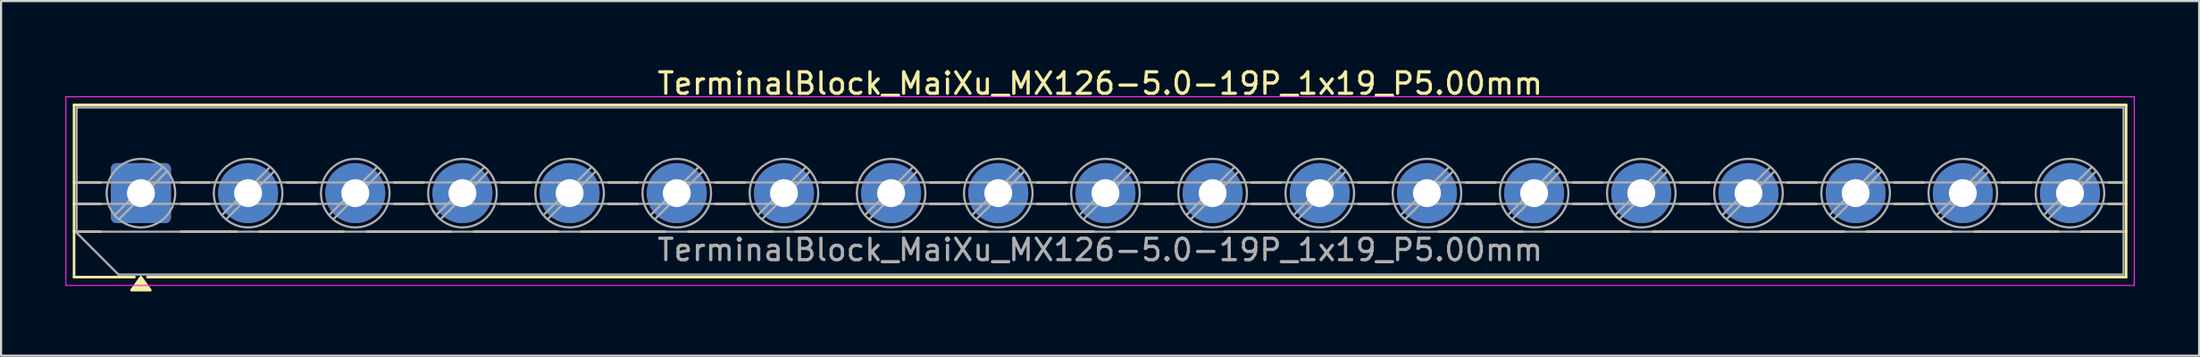
<source format=kicad_pcb>
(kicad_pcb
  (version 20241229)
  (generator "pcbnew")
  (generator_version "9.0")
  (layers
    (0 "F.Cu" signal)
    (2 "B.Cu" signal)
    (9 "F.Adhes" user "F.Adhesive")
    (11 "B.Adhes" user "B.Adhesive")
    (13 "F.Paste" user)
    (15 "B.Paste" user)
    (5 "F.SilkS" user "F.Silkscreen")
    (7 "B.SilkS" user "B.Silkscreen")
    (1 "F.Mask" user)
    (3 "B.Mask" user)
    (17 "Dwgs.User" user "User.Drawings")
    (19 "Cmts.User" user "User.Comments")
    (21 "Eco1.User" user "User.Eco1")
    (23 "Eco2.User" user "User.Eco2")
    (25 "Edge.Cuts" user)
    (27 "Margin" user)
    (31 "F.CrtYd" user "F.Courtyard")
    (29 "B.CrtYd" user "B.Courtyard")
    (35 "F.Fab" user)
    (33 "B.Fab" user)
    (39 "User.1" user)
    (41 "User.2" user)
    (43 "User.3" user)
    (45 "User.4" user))
  (footprint "TerminalBlock_MaiXu_MX126-5.0-19P_1x19_P5.00mm"
    (layer "F.Cu")
    (at 3.525 5.968)
    (property "Reference" "TerminalBlock_MaiXu_MX126-5.0-19P_1x19_P5.00mm" (at 44.75 -5.12 0) (layer "F.SilkS") (effects (font (size 1 1) (thickness 0.15))))
    (attr through_hole)
    (fp_line (start -3.12 -4.12) (end -3.12 3.92) (stroke (width 0.12) (type solid)) (layer "F.SilkS"))
    (fp_line (start -3.12 -4.12) (end 92.62 -4.12) (stroke (width 0.12) (type solid)) (layer "F.SilkS"))
    (fp_line (start -3.12 -0.5) (end -1.88 -0.5) (stroke (width 0.12) (type solid)) (layer "F.SilkS"))
    (fp_line (start -3.12 0.5) (end -1.88 0.5) (stroke (width 0.12) (type solid)) (layer "F.SilkS"))
    (fp_line (start -3.12 1.8) (end -1.88 1.8) (stroke (width 0.12) (type solid)) (layer "F.SilkS"))
    (fp_line (start -3.12 3.92) (end -0.3 3.92) (stroke (width 0.12) (type solid)) (layer "F.SilkS"))
    (fp_line (start 0.3 3.92) (end 92.62 3.92) (stroke (width 0.12) (type solid)) (layer "F.SilkS"))
    (fp_line (start 1.88 -0.5) (end 3.188 -0.5) (stroke (width 0.12) (type solid)) (layer "F.SilkS"))
    (fp_line (start 1.88 0.5) (end 3.188 0.5) (stroke (width 0.12) (type solid)) (layer "F.SilkS"))
    (fp_line (start 1.88 1.8) (end 4.457 1.8) (stroke (width 0.12) (type solid)) (layer "F.SilkS"))
    (fp_line (start 5.543 1.8) (end 9.457 1.8) (stroke (width 0.12) (type solid)) (layer "F.SilkS"))
    (fp_line (start 6.812 -0.5) (end 8.188 -0.5) (stroke (width 0.12) (type solid)) (layer "F.SilkS"))
    (fp_line (start 6.812 0.5) (end 8.188 0.5) (stroke (width 0.12) (type solid)) (layer "F.SilkS"))
    (fp_line (start 10.543 1.8) (end 14.457 1.8) (stroke (width 0.12) (type solid)) (layer "F.SilkS"))
    (fp_line (start 11.812 -0.5) (end 13.188 -0.5) (stroke (width 0.12) (type solid)) (layer "F.SilkS"))
    (fp_line (start 11.812 0.5) (end 13.188 0.5) (stroke (width 0.12) (type solid)) (layer "F.SilkS"))
    (fp_line (start 15.543 1.8) (end 19.457 1.8) (stroke (width 0.12) (type solid)) (layer "F.SilkS"))
    (fp_line (start 16.812 -0.5) (end 18.188 -0.5) (stroke (width 0.12) (type solid)) (layer "F.SilkS"))
    (fp_line (start 16.812 0.5) (end 18.188 0.5) (stroke (width 0.12) (type solid)) (layer "F.SilkS"))
    (fp_line (start 20.543 1.8) (end 24.457 1.8) (stroke (width 0.12) (type solid)) (layer "F.SilkS"))
    (fp_line (start 21.812 -0.5) (end 23.188 -0.5) (stroke (width 0.12) (type solid)) (layer "F.SilkS"))
    (fp_line (start 21.812 0.5) (end 23.188 0.5) (stroke (width 0.12) (type solid)) (layer "F.SilkS"))
    (fp_line (start 25.543 1.8) (end 29.457 1.8) (stroke (width 0.12) (type solid)) (layer "F.SilkS"))
    (fp_line (start 26.812 -0.5) (end 28.188 -0.5) (stroke (width 0.12) (type solid)) (layer "F.SilkS"))
    (fp_line (start 26.812 0.5) (end 28.188 0.5) (stroke (width 0.12) (type solid)) (layer "F.SilkS"))
    (fp_line (start 30.543 1.8) (end 34.457 1.8) (stroke (width 0.12) (type solid)) (layer "F.SilkS"))
    (fp_line (start 31.812 -0.5) (end 33.188 -0.5) (stroke (width 0.12) (type solid)) (layer "F.SilkS"))
    (fp_line (start 31.812 0.5) (end 33.188 0.5) (stroke (width 0.12) (type solid)) (layer "F.SilkS"))
    (fp_line (start 35.543 1.8) (end 39.457 1.8) (stroke (width 0.12) (type solid)) (layer "F.SilkS"))
    (fp_line (start 36.812 -0.5) (end 38.188 -0.5) (stroke (width 0.12) (type solid)) (layer "F.SilkS"))
    (fp_line (start 36.812 0.5) (end 38.188 0.5) (stroke (width 0.12) (type solid)) (layer "F.SilkS"))
    (fp_line (start 40.543 1.8) (end 44.457 1.8) (stroke (width 0.12) (type solid)) (layer "F.SilkS"))
    (fp_line (start 41.812 -0.5) (end 43.188 -0.5) (stroke (width 0.12) (type solid)) (layer "F.SilkS"))
    (fp_line (start 41.812 0.5) (end 43.188 0.5) (stroke (width 0.12) (type solid)) (layer "F.SilkS"))
    (fp_line (start 45.543 1.8) (end 49.457 1.8) (stroke (width 0.12) (type solid)) (layer "F.SilkS"))
    (fp_line (start 46.812 -0.5) (end 48.188 -0.5) (stroke (width 0.12) (type solid)) (layer "F.SilkS"))
    (fp_line (start 46.812 0.5) (end 48.188 0.5) (stroke (width 0.12) (type solid)) (layer "F.SilkS"))
    (fp_line (start 50.543 1.8) (end 54.457 1.8) (stroke (width 0.12) (type solid)) (layer "F.SilkS"))
    (fp_line (start 51.812 -0.5) (end 53.188 -0.5) (stroke (width 0.12) (type solid)) (layer "F.SilkS"))
    (fp_line (start 51.812 0.5) (end 53.188 0.5) (stroke (width 0.12) (type solid)) (layer "F.SilkS"))
    (fp_line (start 55.543 1.8) (end 59.457 1.8) (stroke (width 0.12) (type solid)) (layer "F.SilkS"))
    (fp_line (start 56.812 -0.5) (end 58.188 -0.5) (stroke (width 0.12) (type solid)) (layer "F.SilkS"))
    (fp_line (start 56.812 0.5) (end 58.188 0.5) (stroke (width 0.12) (type solid)) (layer "F.SilkS"))
    (fp_line (start 60.543 1.8) (end 64.457 1.8) (stroke (width 0.12) (type solid)) (layer "F.SilkS"))
    (fp_line (start 61.812 -0.5) (end 63.188 -0.5) (stroke (width 0.12) (type solid)) (layer "F.SilkS"))
    (fp_line (start 61.812 0.5) (end 63.188 0.5) (stroke (width 0.12) (type solid)) (layer "F.SilkS"))
    (fp_line (start 65.543 1.8) (end 69.457 1.8) (stroke (width 0.12) (type solid)) (layer "F.SilkS"))
    (fp_line (start 66.812 -0.5) (end 68.188 -0.5) (stroke (width 0.12) (type solid)) (layer "F.SilkS"))
    (fp_line (start 66.812 0.5) (end 68.188 0.5) (stroke (width 0.12) (type solid)) (layer "F.SilkS"))
    (fp_line (start 70.543 1.8) (end 74.457 1.8) (stroke (width 0.12) (type solid)) (layer "F.SilkS"))
    (fp_line (start 71.812 -0.5) (end 73.188 -0.5) (stroke (width 0.12) (type solid)) (layer "F.SilkS"))
    (fp_line (start 71.812 0.5) (end 73.188 0.5) (stroke (width 0.12) (type solid)) (layer "F.SilkS"))
    (fp_line (start 75.543 1.8) (end 79.457 1.8) (stroke (width 0.12) (type solid)) (layer "F.SilkS"))
    (fp_line (start 76.812 -0.5) (end 78.188 -0.5) (stroke (width 0.12) (type solid)) (layer "F.SilkS"))
    (fp_line (start 76.812 0.5) (end 78.188 0.5) (stroke (width 0.12) (type solid)) (layer "F.SilkS"))
    (fp_line (start 80.543 1.8) (end 84.457 1.8) (stroke (width 0.12) (type solid)) (layer "F.SilkS"))
    (fp_line (start 81.812 -0.5) (end 83.188 -0.5) (stroke (width 0.12) (type solid)) (layer "F.SilkS"))
    (fp_line (start 81.812 0.5) (end 83.188 0.5) (stroke (width 0.12) (type solid)) (layer "F.SilkS"))
    (fp_line (start 85.543 1.8) (end 89.457 1.8) (stroke (width 0.12) (type solid)) (layer "F.SilkS"))
    (fp_line (start 86.812 -0.5) (end 88.188 -0.5) (stroke (width 0.12) (type solid)) (layer "F.SilkS"))
    (fp_line (start 86.812 0.5) (end 88.188 0.5) (stroke (width 0.12) (type solid)) (layer "F.SilkS"))
    (fp_line (start 90.543 1.8) (end 92.62 1.8) (stroke (width 0.12) (type solid)) (layer "F.SilkS"))
    (fp_line (start 91.812 -0.5) (end 92.62 -0.5) (stroke (width 0.12) (type solid)) (layer "F.SilkS"))
    (fp_line (start 91.812 0.5) (end 92.62 0.5) (stroke (width 0.12) (type solid)) (layer "F.SilkS"))
    (fp_line (start 92.62 -4.12) (end 92.62 3.92) (stroke (width 0.12) (type solid)) (layer "F.SilkS"))
    (fp_poly (pts (xy 0 3.92) (xy 0.44 4.53) (xy -0.44 4.53)) (stroke (width 0.12) (type solid)) (fill yes) (layer "F.SilkS"))
    (fp_line (start -3.5 -4.5) (end -3.5 4.31) (stroke (width 0.05) (type solid)) (layer "F.CrtYd"))
    (fp_line (start -3.5 4.31) (end 93 4.31) (stroke (width 0.05) (type solid)) (layer "F.CrtYd"))
    (fp_line (start 93 -4.5) (end -3.5 -4.5) (stroke (width 0.05) (type solid)) (layer "F.CrtYd"))
    (fp_line (start 93 4.31) (end 93 -4.5) (stroke (width 0.05) (type solid)) (layer "F.CrtYd"))
    (fp_line (start -3 -4) (end 92.5 -4) (stroke (width 0.1) (type solid)) (layer "F.Fab"))
    (fp_line (start -3 -0.5) (end 92.5 -0.5) (stroke (width 0.1) (type solid)) (layer "F.Fab"))
    (fp_line (start -3 0.5) (end 92.5 0.5) (stroke (width 0.1) (type solid)) (layer "F.Fab"))
    (fp_line (start -3 1.8) (end 92.5 1.8) (stroke (width 0.1) (type solid)) (layer "F.Fab"))
    (fp_line (start -3 1.85) (end -3 -4) (stroke (width 0.1) (type solid)) (layer "F.Fab"))
    (fp_line (start -1.05 3.8) (end -3 1.85) (stroke (width 0.1) (type solid)) (layer "F.Fab"))
    (fp_line (start 1.018 -1.213) (end -1.214 1.018) (stroke (width 0.1) (type solid)) (layer "F.Fab"))
    (fp_line (start 1.213 -1.018) (end -1.018 1.213) (stroke (width 0.1) (type solid)) (layer "F.Fab"))
    (fp_line (start 6.018 -1.213) (end 3.786 1.018) (stroke (width 0.1) (type solid)) (layer "F.Fab"))
    (fp_line (start 6.213 -1.018) (end 3.982 1.213) (stroke (width 0.1) (type solid)) (layer "F.Fab"))
    (fp_line (start 11.018 -1.213) (end 8.786 1.018) (stroke (width 0.1) (type solid)) (layer "F.Fab"))
    (fp_line (start 11.213 -1.018) (end 8.982 1.213) (stroke (width 0.1) (type solid)) (layer "F.Fab"))
    (fp_line (start 16.018 -1.213) (end 13.786 1.018) (stroke (width 0.1) (type solid)) (layer "F.Fab"))
    (fp_line (start 16.213 -1.018) (end 13.982 1.213) (stroke (width 0.1) (type solid)) (layer "F.Fab"))
    (fp_line (start 21.018 -1.213) (end 18.786 1.018) (stroke (width 0.1) (type solid)) (layer "F.Fab"))
    (fp_line (start 21.213 -1.018) (end 18.982 1.213) (stroke (width 0.1) (type solid)) (layer "F.Fab"))
    (fp_line (start 26.018 -1.213) (end 23.786 1.018) (stroke (width 0.1) (type solid)) (layer "F.Fab"))
    (fp_line (start 26.213 -1.018) (end 23.982 1.213) (stroke (width 0.1) (type solid)) (layer "F.Fab"))
    (fp_line (start 31.018 -1.213) (end 28.786 1.018) (stroke (width 0.1) (type solid)) (layer "F.Fab"))
    (fp_line (start 31.213 -1.018) (end 28.982 1.213) (stroke (width 0.1) (type solid)) (layer "F.Fab"))
    (fp_line (start 36.018 -1.213) (end 33.786 1.018) (stroke (width 0.1) (type solid)) (layer "F.Fab"))
    (fp_line (start 36.213 -1.018) (end 33.982 1.213) (stroke (width 0.1) (type solid)) (layer "F.Fab"))
    (fp_line (start 41.018 -1.213) (end 38.786 1.018) (stroke (width 0.1) (type solid)) (layer "F.Fab"))
    (fp_line (start 41.213 -1.018) (end 38.982 1.213) (stroke (width 0.1) (type solid)) (layer "F.Fab"))
    (fp_line (start 46.018 -1.213) (end 43.786 1.018) (stroke (width 0.1) (type solid)) (layer "F.Fab"))
    (fp_line (start 46.213 -1.018) (end 43.982 1.213) (stroke (width 0.1) (type solid)) (layer "F.Fab"))
    (fp_line (start 51.018 -1.213) (end 48.786 1.018) (stroke (width 0.1) (type solid)) (layer "F.Fab"))
    (fp_line (start 51.213 -1.018) (end 48.982 1.213) (stroke (width 0.1) (type solid)) (layer "F.Fab"))
    (fp_line (start 56.018 -1.213) (end 53.786 1.018) (stroke (width 0.1) (type solid)) (layer "F.Fab"))
    (fp_line (start 56.213 -1.018) (end 53.982 1.213) (stroke (width 0.1) (type solid)) (layer "F.Fab"))
    (fp_line (start 61.018 -1.213) (end 58.786 1.018) (stroke (width 0.1) (type solid)) (layer "F.Fab"))
    (fp_line (start 61.213 -1.018) (end 58.982 1.213) (stroke (width 0.1) (type solid)) (layer "F.Fab"))
    (fp_line (start 66.018 -1.213) (end 63.786 1.018) (stroke (width 0.1) (type solid)) (layer "F.Fab"))
    (fp_line (start 66.213 -1.018) (end 63.982 1.213) (stroke (width 0.1) (type solid)) (layer "F.Fab"))
    (fp_line (start 71.018 -1.213) (end 68.786 1.018) (stroke (width 0.1) (type solid)) (layer "F.Fab"))
    (fp_line (start 71.213 -1.018) (end 68.982 1.213) (stroke (width 0.1) (type solid)) (layer "F.Fab"))
    (fp_line (start 76.018 -1.213) (end 73.786 1.018) (stroke (width 0.1) (type solid)) (layer "F.Fab"))
    (fp_line (start 76.213 -1.018) (end 73.982 1.213) (stroke (width 0.1) (type solid)) (layer "F.Fab"))
    (fp_line (start 81.018 -1.213) (end 78.786 1.018) (stroke (width 0.1) (type solid)) (layer "F.Fab"))
    (fp_line (start 81.213 -1.018) (end 78.982 1.213) (stroke (width 0.1) (type solid)) (layer "F.Fab"))
    (fp_line (start 86.018 -1.213) (end 83.786 1.018) (stroke (width 0.1) (type solid)) (layer "F.Fab"))
    (fp_line (start 86.213 -1.018) (end 83.982 1.213) (stroke (width 0.1) (type solid)) (layer "F.Fab"))
    (fp_line (start 91.018 -1.213) (end 88.786 1.018) (stroke (width 0.1) (type solid)) (layer "F.Fab"))
    (fp_line (start 91.213 -1.018) (end 88.982 1.213) (stroke (width 0.1) (type solid)) (layer "F.Fab"))
    (fp_line (start 92.5 -4) (end 92.5 3.8) (stroke (width 0.1) (type solid)) (layer "F.Fab"))
    (fp_line (start 92.5 3.8) (end -1.05 3.8) (stroke (width 0.1) (type solid)) (layer "F.Fab"))
    (fp_circle (center 0 0) (end 1.6 0) (stroke (width 0.1) (type solid)) (fill no) (layer "F.Fab"))
    (fp_circle (center 5 0) (end 6.6 0) (stroke (width 0.1) (type solid)) (fill no) (layer "F.Fab"))
    (fp_circle (center 10 0) (end 11.6 0) (stroke (width 0.1) (type solid)) (fill no) (layer "F.Fab"))
    (fp_circle (center 15 0) (end 16.6 0) (stroke (width 0.1) (type solid)) (fill no) (layer "F.Fab"))
    (fp_circle (center 20 0) (end 21.6 0) (stroke (width 0.1) (type solid)) (fill no) (layer "F.Fab"))
    (fp_circle (center 25 0) (end 26.6 0) (stroke (width 0.1) (type solid)) (fill no) (layer "F.Fab"))
    (fp_circle (center 30 0) (end 31.6 0) (stroke (width 0.1) (type solid)) (fill no) (layer "F.Fab"))
    (fp_circle (center 35 0) (end 36.6 0) (stroke (width 0.1) (type solid)) (fill no) (layer "F.Fab"))
    (fp_circle (center 40 0) (end 41.6 0) (stroke (width 0.1) (type solid)) (fill no) (layer "F.Fab"))
    (fp_circle (center 45 0) (end 46.6 0) (stroke (width 0.1) (type solid)) (fill no) (layer "F.Fab"))
    (fp_circle (center 50 0) (end 51.6 0) (stroke (width 0.1) (type solid)) (fill no) (layer "F.Fab"))
    (fp_circle (center 55 0) (end 56.6 0) (stroke (width 0.1) (type solid)) (fill no) (layer "F.Fab"))
    (fp_circle (center 60 0) (end 61.6 0) (stroke (width 0.1) (type solid)) (fill no) (layer "F.Fab"))
    (fp_circle (center 65 0) (end 66.6 0) (stroke (width 0.1) (type solid)) (fill no) (layer "F.Fab"))
    (fp_circle (center 70 0) (end 71.6 0) (stroke (width 0.1) (type solid)) (fill no) (layer "F.Fab"))
    (fp_circle (center 75 0) (end 76.6 0) (stroke (width 0.1) (type solid)) (fill no) (layer "F.Fab"))
    (fp_circle (center 80 0) (end 81.6 0) (stroke (width 0.1) (type solid)) (fill no) (layer "F.Fab"))
    (fp_circle (center 85 0) (end 86.6 0) (stroke (width 0.1) (type solid)) (fill no) (layer "F.Fab"))
    (fp_circle (center 90 0) (end 91.6 0) (stroke (width 0.1) (type solid)) (fill no) (layer "F.Fab"))
    (fp_text user "${REFERENCE}" (at 44.75 2.65 0) (layer "F.Fab") (effects (font (size 1 1) (thickness 0.15))))
    (pad "1" thru_hole roundrect (at 0 0) (size 2.8 2.8) (drill 1.3) (layers "*.Cu" "*.Mask") (roundrect_rratio 0.089))
    (pad "2" thru_hole circle (at 5 0) (size 2.8 2.8) (drill 1.3) (layers "*.Cu" "*.Mask"))
    (pad "3" thru_hole circle (at 10 0) (size 2.8 2.8) (drill 1.3) (layers "*.Cu" "*.Mask"))
    (pad "4" thru_hole circle (at 15 0) (size 2.8 2.8) (drill 1.3) (layers "*.Cu" "*.Mask"))
    (pad "5" thru_hole circle (at 20 0) (size 2.8 2.8) (drill 1.3) (layers "*.Cu" "*.Mask"))
    (pad "6" thru_hole circle (at 25 0) (size 2.8 2.8) (drill 1.3) (layers "*.Cu" "*.Mask"))
    (pad "7" thru_hole circle (at 30 0) (size 2.8 2.8) (drill 1.3) (layers "*.Cu" "*.Mask"))
    (pad "8" thru_hole circle (at 35 0) (size 2.8 2.8) (drill 1.3) (layers "*.Cu" "*.Mask"))
    (pad "9" thru_hole circle (at 40 0) (size 2.8 2.8) (drill 1.3) (layers "*.Cu" "*.Mask"))
    (pad "10" thru_hole circle (at 45 0) (size 2.8 2.8) (drill 1.3) (layers "*.Cu" "*.Mask"))
    (pad "11" thru_hole circle (at 50 0) (size 2.8 2.8) (drill 1.3) (layers "*.Cu" "*.Mask"))
    (pad "12" thru_hole circle (at 55 0) (size 2.8 2.8) (drill 1.3) (layers "*.Cu" "*.Mask"))
    (pad "13" thru_hole circle (at 60 0) (size 2.8 2.8) (drill 1.3) (layers "*.Cu" "*.Mask"))
    (pad "14" thru_hole circle (at 65 0) (size 2.8 2.8) (drill 1.3) (layers "*.Cu" "*.Mask"))
    (pad "15" thru_hole circle (at 70 0) (size 2.8 2.8) (drill 1.3) (layers "*.Cu" "*.Mask"))
    (pad "16" thru_hole circle (at 75 0) (size 2.8 2.8) (drill 1.3) (layers "*.Cu" "*.Mask"))
    (pad "17" thru_hole circle (at 80 0) (size 2.8 2.8) (drill 1.3) (layers "*.Cu" "*.Mask"))
    (pad "18" thru_hole circle (at 85 0) (size 2.8 2.8) (drill 1.3) (layers "*.Cu" "*.Mask"))
    (pad "19" thru_hole circle (at 90 0) (size 2.8 2.8) (drill 1.3) (layers "*.Cu" "*.Mask")))
  (gr_rect
    (start -3 -3)
    (end 99.55 13.558)
    (stroke (width 0.1) (type default))
    (fill no)
    (layer "Edge.Cuts")))
</source>
